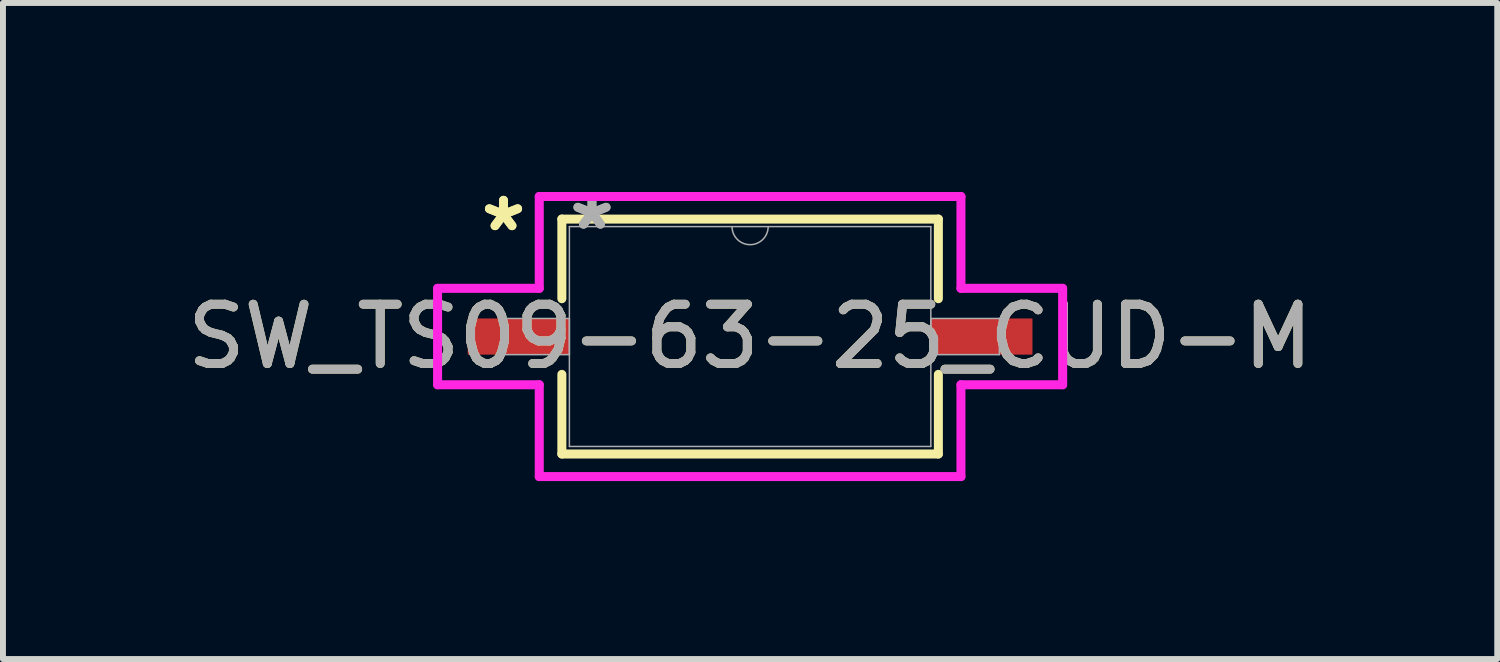
<source format=kicad_pcb>
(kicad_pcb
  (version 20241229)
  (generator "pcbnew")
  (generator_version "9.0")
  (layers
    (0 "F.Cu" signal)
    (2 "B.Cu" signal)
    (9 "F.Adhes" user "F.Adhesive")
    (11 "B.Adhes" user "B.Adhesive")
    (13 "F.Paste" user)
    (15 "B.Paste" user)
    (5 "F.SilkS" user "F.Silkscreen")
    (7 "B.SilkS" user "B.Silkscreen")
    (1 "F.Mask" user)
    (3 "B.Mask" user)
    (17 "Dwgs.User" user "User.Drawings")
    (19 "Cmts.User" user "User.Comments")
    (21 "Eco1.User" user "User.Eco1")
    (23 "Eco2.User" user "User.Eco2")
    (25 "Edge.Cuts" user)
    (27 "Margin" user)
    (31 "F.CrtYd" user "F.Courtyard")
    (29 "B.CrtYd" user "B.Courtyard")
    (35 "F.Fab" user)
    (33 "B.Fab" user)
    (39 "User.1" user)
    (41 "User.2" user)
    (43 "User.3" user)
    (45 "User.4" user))
  (footprint "SW_TS09-63-25_CUD-M"
    (layer "F.Cu")
    (at 9.601 2.626)
    (property "Reference" "SW_TS09-63-25_CUD-M" (at 0 0 0) (unlocked yes) (layer "F.SilkS") (effects (font (size 1 1) (thickness 0.15))))
    (attr smd)
    (fp_line (start -3.175 -1.981) (end -3.175 -0.638) (stroke (width 0.152) (type solid)) (layer "F.SilkS"))
    (fp_line (start -3.175 0.638) (end -3.175 1.981) (stroke (width 0.152) (type solid)) (layer "F.SilkS"))
    (fp_line (start -3.175 1.981) (end 3.175 1.981) (stroke (width 0.152) (type solid)) (layer "F.SilkS"))
    (fp_line (start 3.175 -1.981) (end -3.175 -1.981) (stroke (width 0.152) (type solid)) (layer "F.SilkS"))
    (fp_line (start 3.175 -0.638) (end 3.175 -1.981) (stroke (width 0.152) (type solid)) (layer "F.SilkS"))
    (fp_line (start 3.175 1.981) (end 3.175 0.638) (stroke (width 0.152) (type solid)) (layer "F.SilkS"))
    (fp_line (start -5.271 -0.813) (end -3.556 -0.813) (stroke (width 0.152) (type solid)) (layer "F.CrtYd"))
    (fp_line (start -5.271 0.813) (end -5.271 -0.813) (stroke (width 0.152) (type solid)) (layer "F.CrtYd"))
    (fp_line (start -5.271 0.813) (end -3.556 0.813) (stroke (width 0.152) (type solid)) (layer "F.CrtYd"))
    (fp_line (start -3.556 -2.362) (end 3.556 -2.362) (stroke (width 0.152) (type solid)) (layer "F.CrtYd"))
    (fp_line (start -3.556 -0.813) (end -3.556 -2.362) (stroke (width 0.152) (type solid)) (layer "F.CrtYd"))
    (fp_line (start -3.556 2.362) (end -3.556 0.813) (stroke (width 0.152) (type solid)) (layer "F.CrtYd"))
    (fp_line (start 3.556 -2.362) (end 3.556 -0.813) (stroke (width 0.152) (type solid)) (layer "F.CrtYd"))
    (fp_line (start 3.556 0.813) (end 3.556 2.362) (stroke (width 0.152) (type solid)) (layer "F.CrtYd"))
    (fp_line (start 3.556 2.362) (end -3.556 2.362) (stroke (width 0.152) (type solid)) (layer "F.CrtYd"))
    (fp_line (start 5.271 -0.813) (end 3.556 -0.813) (stroke (width 0.152) (type solid)) (layer "F.CrtYd"))
    (fp_line (start 5.271 -0.813) (end 5.271 0.813) (stroke (width 0.152) (type solid)) (layer "F.CrtYd"))
    (fp_line (start 5.271 0.813) (end 3.556 0.813) (stroke (width 0.152) (type solid)) (layer "F.CrtYd"))
    (fp_line (start -4.204 -0.305) (end -4.204 0.305) (stroke (width 0.025) (type solid)) (layer "F.Fab"))
    (fp_line (start -4.204 0.305) (end -3.048 0.305) (stroke (width 0.025) (type solid)) (layer "F.Fab"))
    (fp_line (start -3.048 -1.854) (end -3.048 1.854) (stroke (width 0.025) (type solid)) (layer "F.Fab"))
    (fp_line (start -3.048 -0.305) (end -4.204 -0.305) (stroke (width 0.025) (type solid)) (layer "F.Fab"))
    (fp_line (start -3.048 0.305) (end -3.048 -0.305) (stroke (width 0.025) (type solid)) (layer "F.Fab"))
    (fp_line (start -3.048 1.854) (end 3.048 1.854) (stroke (width 0.025) (type solid)) (layer "F.Fab"))
    (fp_line (start 3.048 -1.854) (end -3.048 -1.854) (stroke (width 0.025) (type solid)) (layer "F.Fab"))
    (fp_line (start 3.048 -0.305) (end 3.048 0.305) (stroke (width 0.025) (type solid)) (layer "F.Fab"))
    (fp_line (start 3.048 0.305) (end 4.204 0.305) (stroke (width 0.025) (type solid)) (layer "F.Fab"))
    (fp_line (start 3.048 1.854) (end 3.048 -1.854) (stroke (width 0.025) (type solid)) (layer "F.Fab"))
    (fp_line (start 4.204 -0.305) (end 3.048 -0.305) (stroke (width 0.025) (type solid)) (layer "F.Fab"))
    (fp_line (start 4.204 0.305) (end 4.204 -0.305) (stroke (width 0.025) (type solid)) (layer "F.Fab"))
    (fp_arc (start 0.3048 -1.8542) (mid 0 -1.5494) (end -0.3048 -1.8542) (stroke (width 0.0254) (type solid)) (layer "F.Fab"))
    (fp_text user "*" (at -4.159 -1.753 0) (unlocked yes) (layer "F.SilkS") (effects (font (size 1 1) (thickness 0.15))))
    (fp_text user "*" (at -4.159 -1.753 0) (layer "F.SilkS") (effects (font (size 1 1) (thickness 0.15))))
    (fp_text user "${REFERENCE}" (at 0 0 0) (unlocked yes) (layer "F.Fab") (effects (font (size 1 1) (thickness 0.15))))
    (fp_text user "*" (at -2.667 -1.778 0) (unlocked yes) (layer "F.Fab") (effects (font (size 1 1) (thickness 0.15))))
    (fp_text user "*" (at -2.667 -1.778 0) (layer "F.Fab") (effects (font (size 1 1) (thickness 0.15))))
    (pad "1" smd rect (at -3.905 0) (size 1.714 0.61) (layers "F.Cu" "F.Mask" "F.Paste"))
    (pad "2" smd rect (at 3.905 0) (size 1.714 0.61) (layers "F.Cu" "F.Mask" "F.Paste")))
  (gr_rect
    (start -3 -3)
    (end 22.202 8.065)
    (stroke (width 0.1) (type default))
    (fill no)
    (layer "Edge.Cuts")))
</source>
